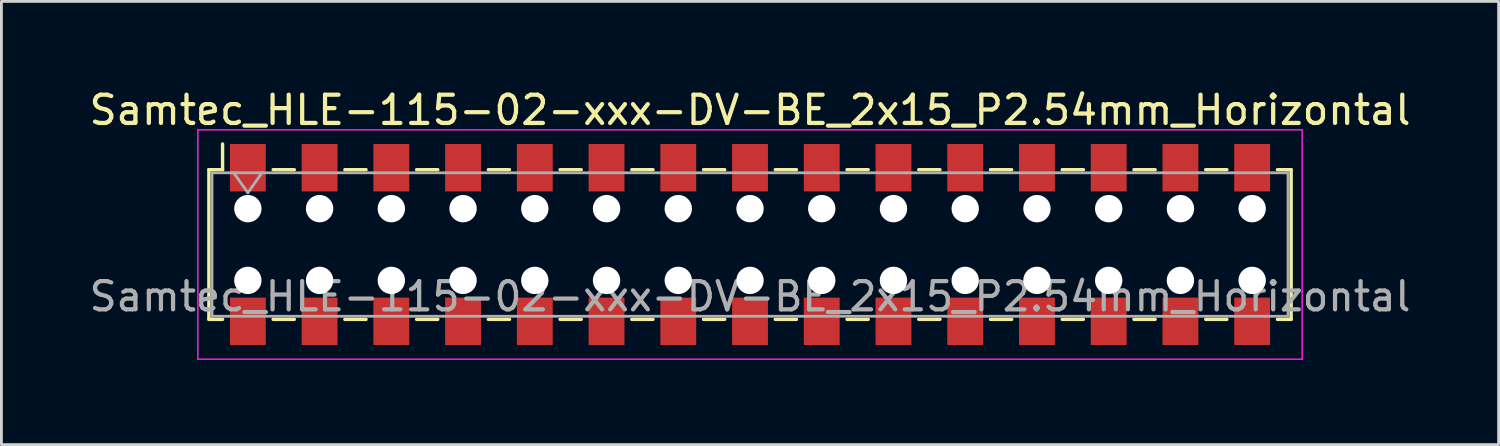
<source format=kicad_pcb>
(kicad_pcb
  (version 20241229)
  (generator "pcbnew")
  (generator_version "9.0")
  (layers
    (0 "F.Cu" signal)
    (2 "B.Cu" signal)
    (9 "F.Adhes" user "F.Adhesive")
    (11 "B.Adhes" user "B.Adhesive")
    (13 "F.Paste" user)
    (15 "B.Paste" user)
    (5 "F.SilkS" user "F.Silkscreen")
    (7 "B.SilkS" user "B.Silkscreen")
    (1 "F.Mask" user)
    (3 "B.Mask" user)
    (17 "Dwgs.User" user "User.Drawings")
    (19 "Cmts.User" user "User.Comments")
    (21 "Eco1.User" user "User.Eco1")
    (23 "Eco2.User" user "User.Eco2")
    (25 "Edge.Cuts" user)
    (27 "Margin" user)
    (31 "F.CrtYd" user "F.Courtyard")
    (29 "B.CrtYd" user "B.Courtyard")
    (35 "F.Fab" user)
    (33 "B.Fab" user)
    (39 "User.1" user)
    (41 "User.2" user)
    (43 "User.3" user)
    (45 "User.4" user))
  (footprint "Samtec_HLE-115-02-xxx-DV-BE_2x15_P2.54mm_Horizontal"
    (layer "F.Cu")
    (at 23.506 5.608)
    (property "Reference" "Samtec_HLE-115-02-xxx-DV-BE_2x15_P2.54mm_Horizontal" (at 0 -4.76 0) (layer "F.SilkS") (effects (font (size 1 1) (thickness 0.15))))
    (attr smd)
    (fp_line (start -19.16 -2.65) (end -19.16 2.65) (stroke (width 0.12) (type solid)) (layer "F.SilkS"))
    (fp_line (start -19.16 2.65) (end -18.675 2.65) (stroke (width 0.12) (type solid)) (layer "F.SilkS"))
    (fp_line (start -18.675 -3.56) (end -18.675 -2.65) (stroke (width 0.12) (type solid)) (layer "F.SilkS"))
    (fp_line (start -18.675 -2.65) (end -19.16 -2.65) (stroke (width 0.12) (type solid)) (layer "F.SilkS"))
    (fp_line (start -16.885 -2.65) (end -16.135 -2.65) (stroke (width 0.12) (type solid)) (layer "F.SilkS"))
    (fp_line (start -16.885 2.65) (end -16.135 2.65) (stroke (width 0.12) (type solid)) (layer "F.SilkS"))
    (fp_line (start -14.345 -2.65) (end -13.595 -2.65) (stroke (width 0.12) (type solid)) (layer "F.SilkS"))
    (fp_line (start -14.345 2.65) (end -13.595 2.65) (stroke (width 0.12) (type solid)) (layer "F.SilkS"))
    (fp_line (start -11.805 -2.65) (end -11.055 -2.65) (stroke (width 0.12) (type solid)) (layer "F.SilkS"))
    (fp_line (start -11.805 2.65) (end -11.055 2.65) (stroke (width 0.12) (type solid)) (layer "F.SilkS"))
    (fp_line (start -9.265 -2.65) (end -8.515 -2.65) (stroke (width 0.12) (type solid)) (layer "F.SilkS"))
    (fp_line (start -9.265 2.65) (end -8.515 2.65) (stroke (width 0.12) (type solid)) (layer "F.SilkS"))
    (fp_line (start -6.725 -2.65) (end -5.975 -2.65) (stroke (width 0.12) (type solid)) (layer "F.SilkS"))
    (fp_line (start -6.725 2.65) (end -5.975 2.65) (stroke (width 0.12) (type solid)) (layer "F.SilkS"))
    (fp_line (start -4.185 -2.65) (end -3.435 -2.65) (stroke (width 0.12) (type solid)) (layer "F.SilkS"))
    (fp_line (start -4.185 2.65) (end -3.435 2.65) (stroke (width 0.12) (type solid)) (layer "F.SilkS"))
    (fp_line (start -1.645 -2.65) (end -0.895 -2.65) (stroke (width 0.12) (type solid)) (layer "F.SilkS"))
    (fp_line (start -1.645 2.65) (end -0.895 2.65) (stroke (width 0.12) (type solid)) (layer "F.SilkS"))
    (fp_line (start 0.895 -2.65) (end 1.645 -2.65) (stroke (width 0.12) (type solid)) (layer "F.SilkS"))
    (fp_line (start 0.895 2.65) (end 1.645 2.65) (stroke (width 0.12) (type solid)) (layer "F.SilkS"))
    (fp_line (start 3.435 -2.65) (end 4.185 -2.65) (stroke (width 0.12) (type solid)) (layer "F.SilkS"))
    (fp_line (start 3.435 2.65) (end 4.185 2.65) (stroke (width 0.12) (type solid)) (layer "F.SilkS"))
    (fp_line (start 5.975 -2.65) (end 6.725 -2.65) (stroke (width 0.12) (type solid)) (layer "F.SilkS"))
    (fp_line (start 5.975 2.65) (end 6.725 2.65) (stroke (width 0.12) (type solid)) (layer "F.SilkS"))
    (fp_line (start 8.515 -2.65) (end 9.265 -2.65) (stroke (width 0.12) (type solid)) (layer "F.SilkS"))
    (fp_line (start 8.515 2.65) (end 9.265 2.65) (stroke (width 0.12) (type solid)) (layer "F.SilkS"))
    (fp_line (start 11.055 -2.65) (end 11.805 -2.65) (stroke (width 0.12) (type solid)) (layer "F.SilkS"))
    (fp_line (start 11.055 2.65) (end 11.805 2.65) (stroke (width 0.12) (type solid)) (layer "F.SilkS"))
    (fp_line (start 13.595 -2.65) (end 14.345 -2.65) (stroke (width 0.12) (type solid)) (layer "F.SilkS"))
    (fp_line (start 13.595 2.65) (end 14.345 2.65) (stroke (width 0.12) (type solid)) (layer "F.SilkS"))
    (fp_line (start 16.135 -2.65) (end 16.885 -2.65) (stroke (width 0.12) (type solid)) (layer "F.SilkS"))
    (fp_line (start 16.135 2.65) (end 16.885 2.65) (stroke (width 0.12) (type solid)) (layer "F.SilkS"))
    (fp_line (start 18.675 -2.65) (end 19.16 -2.65) (stroke (width 0.12) (type solid)) (layer "F.SilkS"))
    (fp_line (start 19.16 -2.65) (end 19.16 2.65) (stroke (width 0.12) (type solid)) (layer "F.SilkS"))
    (fp_line (start 19.16 2.65) (end 18.675 2.65) (stroke (width 0.12) (type solid)) (layer "F.SilkS"))
    (fp_line (start -19.55 -4.06) (end 19.55 -4.06) (stroke (width 0.05) (type solid)) (layer "F.CrtYd"))
    (fp_line (start -19.55 4.06) (end -19.55 -4.06) (stroke (width 0.05) (type solid)) (layer "F.CrtYd"))
    (fp_line (start 19.55 -4.06) (end 19.55 4.06) (stroke (width 0.05) (type solid)) (layer "F.CrtYd"))
    (fp_line (start 19.55 4.06) (end -19.55 4.06) (stroke (width 0.05) (type solid)) (layer "F.CrtYd"))
    (fp_line (start -19.05 -2.54) (end 19.05 -2.54) (stroke (width 0.1) (type solid)) (layer "F.Fab"))
    (fp_line (start -19.05 2.54) (end -19.05 -2.54) (stroke (width 0.1) (type solid)) (layer "F.Fab"))
    (fp_line (start -18.28 -2.54) (end -17.78 -1.833) (stroke (width 0.1) (type solid)) (layer "F.Fab"))
    (fp_line (start -17.78 -1.833) (end -17.28 -2.54) (stroke (width 0.1) (type solid)) (layer "F.Fab"))
    (fp_line (start 19.05 -2.54) (end 19.05 2.54) (stroke (width 0.1) (type solid)) (layer "F.Fab"))
    (fp_line (start 19.05 2.54) (end -19.05 2.54) (stroke (width 0.1) (type solid)) (layer "F.Fab"))
    (fp_text user "${REFERENCE}" (at 0 1.84 0) (layer "F.Fab") (effects (font (size 1 1) (thickness 0.15))))
    (pad "" np_thru_hole circle (at -17.78 -1.27) (size 0.97 0.97) (drill 0.97) (layers "*.Cu" "*.Mask"))
    (pad "" np_thru_hole circle (at -17.78 1.27) (size 0.97 0.97) (drill 0.97) (layers "*.Cu" "*.Mask"))
    (pad "" np_thru_hole circle (at -15.24 -1.27) (size 0.97 0.97) (drill 0.97) (layers "*.Cu" "*.Mask"))
    (pad "" np_thru_hole circle (at -15.24 1.27) (size 0.97 0.97) (drill 0.97) (layers "*.Cu" "*.Mask"))
    (pad "" np_thru_hole circle (at -12.7 -1.27) (size 0.97 0.97) (drill 0.97) (layers "*.Cu" "*.Mask"))
    (pad "" np_thru_hole circle (at -12.7 1.27) (size 0.97 0.97) (drill 0.97) (layers "*.Cu" "*.Mask"))
    (pad "" np_thru_hole circle (at -10.16 -1.27) (size 0.97 0.97) (drill 0.97) (layers "*.Cu" "*.Mask"))
    (pad "" np_thru_hole circle (at -10.16 1.27) (size 0.97 0.97) (drill 0.97) (layers "*.Cu" "*.Mask"))
    (pad "" np_thru_hole circle (at -7.62 -1.27) (size 0.97 0.97) (drill 0.97) (layers "*.Cu" "*.Mask"))
    (pad "" np_thru_hole circle (at -7.62 1.27) (size 0.97 0.97) (drill 0.97) (layers "*.Cu" "*.Mask"))
    (pad "" np_thru_hole circle (at -5.08 -1.27) (size 0.97 0.97) (drill 0.97) (layers "*.Cu" "*.Mask"))
    (pad "" np_thru_hole circle (at -5.08 1.27) (size 0.97 0.97) (drill 0.97) (layers "*.Cu" "*.Mask"))
    (pad "" np_thru_hole circle (at -2.54 -1.27) (size 0.97 0.97) (drill 0.97) (layers "*.Cu" "*.Mask"))
    (pad "" np_thru_hole circle (at -2.54 1.27) (size 0.97 0.97) (drill 0.97) (layers "*.Cu" "*.Mask"))
    (pad "" np_thru_hole circle (at 0 -1.27) (size 0.97 0.97) (drill 0.97) (layers "*.Cu" "*.Mask"))
    (pad "" np_thru_hole circle (at 0 1.27) (size 0.97 0.97) (drill 0.97) (layers "*.Cu" "*.Mask"))
    (pad "" np_thru_hole circle (at 2.54 -1.27) (size 0.97 0.97) (drill 0.97) (layers "*.Cu" "*.Mask"))
    (pad "" np_thru_hole circle (at 2.54 1.27) (size 0.97 0.97) (drill 0.97) (layers "*.Cu" "*.Mask"))
    (pad "" np_thru_hole circle (at 5.08 -1.27) (size 0.97 0.97) (drill 0.97) (layers "*.Cu" "*.Mask"))
    (pad "" np_thru_hole circle (at 5.08 1.27) (size 0.97 0.97) (drill 0.97) (layers "*.Cu" "*.Mask"))
    (pad "" np_thru_hole circle (at 7.62 -1.27) (size 0.97 0.97) (drill 0.97) (layers "*.Cu" "*.Mask"))
    (pad "" np_thru_hole circle (at 7.62 1.27) (size 0.97 0.97) (drill 0.97) (layers "*.Cu" "*.Mask"))
    (pad "" np_thru_hole circle (at 10.16 -1.27) (size 0.97 0.97) (drill 0.97) (layers "*.Cu" "*.Mask"))
    (pad "" np_thru_hole circle (at 10.16 1.27) (size 0.97 0.97) (drill 0.97) (layers "*.Cu" "*.Mask"))
    (pad "" np_thru_hole circle (at 12.7 -1.27) (size 0.97 0.97) (drill 0.97) (layers "*.Cu" "*.Mask"))
    (pad "" np_thru_hole circle (at 12.7 1.27) (size 0.97 0.97) (drill 0.97) (layers "*.Cu" "*.Mask"))
    (pad "" np_thru_hole circle (at 15.24 -1.27) (size 0.97 0.97) (drill 0.97) (layers "*.Cu" "*.Mask"))
    (pad "" np_thru_hole circle (at 15.24 1.27) (size 0.97 0.97) (drill 0.97) (layers "*.Cu" "*.Mask"))
    (pad "" np_thru_hole circle (at 17.78 -1.27) (size 0.97 0.97) (drill 0.97) (layers "*.Cu" "*.Mask"))
    (pad "" np_thru_hole circle (at 17.78 1.27) (size 0.97 0.97) (drill 0.97) (layers "*.Cu" "*.Mask"))
    (pad "1" smd rect (at -17.78 -2.72) (size 1.27 1.68) (layers "F.Cu" "F.Mask" "F.Paste"))
    (pad "2" smd rect (at -17.78 2.72) (size 1.27 1.68) (layers "F.Cu" "F.Mask" "F.Paste"))
    (pad "3" smd rect (at -15.24 -2.72) (size 1.27 1.68) (layers "F.Cu" "F.Mask" "F.Paste"))
    (pad "4" smd rect (at -15.24 2.72) (size 1.27 1.68) (layers "F.Cu" "F.Mask" "F.Paste"))
    (pad "5" smd rect (at -12.7 -2.72) (size 1.27 1.68) (layers "F.Cu" "F.Mask" "F.Paste"))
    (pad "6" smd rect (at -12.7 2.72) (size 1.27 1.68) (layers "F.Cu" "F.Mask" "F.Paste"))
    (pad "7" smd rect (at -10.16 -2.72) (size 1.27 1.68) (layers "F.Cu" "F.Mask" "F.Paste"))
    (pad "8" smd rect (at -10.16 2.72) (size 1.27 1.68) (layers "F.Cu" "F.Mask" "F.Paste"))
    (pad "9" smd rect (at -7.62 -2.72) (size 1.27 1.68) (layers "F.Cu" "F.Mask" "F.Paste"))
    (pad "10" smd rect (at -7.62 2.72) (size 1.27 1.68) (layers "F.Cu" "F.Mask" "F.Paste"))
    (pad "11" smd rect (at -5.08 -2.72) (size 1.27 1.68) (layers "F.Cu" "F.Mask" "F.Paste"))
    (pad "12" smd rect (at -5.08 2.72) (size 1.27 1.68) (layers "F.Cu" "F.Mask" "F.Paste"))
    (pad "13" smd rect (at -2.54 -2.72) (size 1.27 1.68) (layers "F.Cu" "F.Mask" "F.Paste"))
    (pad "14" smd rect (at -2.54 2.72) (size 1.27 1.68) (layers "F.Cu" "F.Mask" "F.Paste"))
    (pad "15" smd rect (at 0 -2.72) (size 1.27 1.68) (layers "F.Cu" "F.Mask" "F.Paste"))
    (pad "16" smd rect (at 0 2.72) (size 1.27 1.68) (layers "F.Cu" "F.Mask" "F.Paste"))
    (pad "17" smd rect (at 2.54 -2.72) (size 1.27 1.68) (layers "F.Cu" "F.Mask" "F.Paste"))
    (pad "18" smd rect (at 2.54 2.72) (size 1.27 1.68) (layers "F.Cu" "F.Mask" "F.Paste"))
    (pad "19" smd rect (at 5.08 -2.72) (size 1.27 1.68) (layers "F.Cu" "F.Mask" "F.Paste"))
    (pad "20" smd rect (at 5.08 2.72) (size 1.27 1.68) (layers "F.Cu" "F.Mask" "F.Paste"))
    (pad "21" smd rect (at 7.62 -2.72) (size 1.27 1.68) (layers "F.Cu" "F.Mask" "F.Paste"))
    (pad "22" smd rect (at 7.62 2.72) (size 1.27 1.68) (layers "F.Cu" "F.Mask" "F.Paste"))
    (pad "23" smd rect (at 10.16 -2.72) (size 1.27 1.68) (layers "F.Cu" "F.Mask" "F.Paste"))
    (pad "24" smd rect (at 10.16 2.72) (size 1.27 1.68) (layers "F.Cu" "F.Mask" "F.Paste"))
    (pad "25" smd rect (at 12.7 -2.72) (size 1.27 1.68) (layers "F.Cu" "F.Mask" "F.Paste"))
    (pad "26" smd rect (at 12.7 2.72) (size 1.27 1.68) (layers "F.Cu" "F.Mask" "F.Paste"))
    (pad "27" smd rect (at 15.24 -2.72) (size 1.27 1.68) (layers "F.Cu" "F.Mask" "F.Paste"))
    (pad "28" smd rect (at 15.24 2.72) (size 1.27 1.68) (layers "F.Cu" "F.Mask" "F.Paste"))
    (pad "29" smd rect (at 17.78 -2.72) (size 1.27 1.68) (layers "F.Cu" "F.Mask" "F.Paste"))
    (pad "30" smd rect (at 17.78 2.72) (size 1.27 1.68) (layers "F.Cu" "F.Mask" "F.Paste")))
  (gr_rect
    (start -3 -3)
    (end 50.012 12.693)
    (stroke (width 0.1) (type default))
    (fill no)
    (layer "Edge.Cuts")))
</source>
